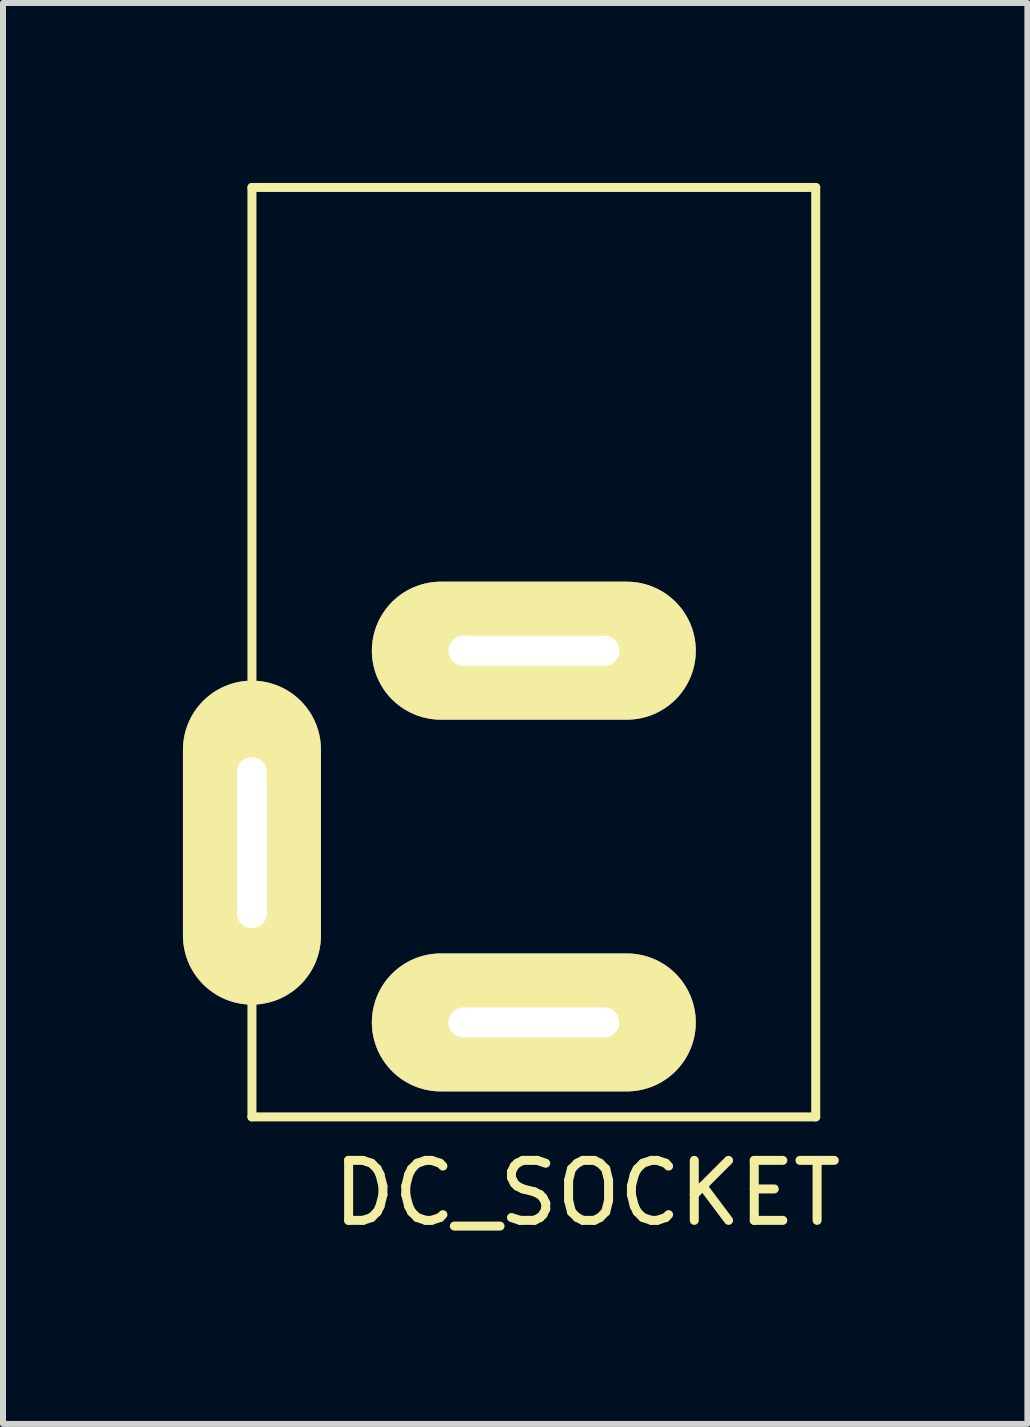
<source format=kicad_pcb>
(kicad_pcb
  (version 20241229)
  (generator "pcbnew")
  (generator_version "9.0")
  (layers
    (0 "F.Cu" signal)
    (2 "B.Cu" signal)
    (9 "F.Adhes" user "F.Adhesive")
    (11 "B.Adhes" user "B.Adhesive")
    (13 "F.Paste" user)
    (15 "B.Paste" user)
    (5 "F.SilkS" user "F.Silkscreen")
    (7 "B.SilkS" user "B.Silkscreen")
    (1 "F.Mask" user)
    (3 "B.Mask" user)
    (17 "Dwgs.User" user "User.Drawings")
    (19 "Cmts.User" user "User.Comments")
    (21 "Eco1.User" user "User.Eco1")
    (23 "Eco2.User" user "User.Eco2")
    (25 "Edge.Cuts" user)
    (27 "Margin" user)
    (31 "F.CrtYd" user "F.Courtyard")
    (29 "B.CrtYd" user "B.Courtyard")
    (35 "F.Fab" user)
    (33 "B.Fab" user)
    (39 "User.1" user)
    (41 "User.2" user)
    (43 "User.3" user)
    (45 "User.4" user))
  (footprint "DC_SOCKET"
    (layer "F.Cu")
    (at 1.15 15.569)
    (property "Reference" "DC_SOCKET" (at 5.588 1.27 0) (layer "F.SilkS") (effects (font (size 1 1) (thickness 0.15))))
    (attr through_hole)
    (fp_line (start 0 -15.494) (end 0 0) (stroke (width 0.15) (type solid)) (layer "F.SilkS"))
    (fp_line (start 0 0) (end 9.398 0) (stroke (width 0.15) (type solid)) (layer "F.SilkS"))
    (fp_line (start 9.398 -15.494) (end 0 -15.494) (stroke (width 0.15) (type solid)) (layer "F.SilkS"))
    (fp_line (start 9.398 0) (end 9.398 -15.494) (stroke (width 0.15) (type solid)) (layer "F.SilkS"))
    (pad "1" thru_hole oval (at 4.699 -1.575) (size 5.4 2.3) (drill oval 2.85 0.5) (layers "*.Cu" "*.Mask" "F.SilkS"))
    (pad "2" thru_hole oval (at 0 -4.572) (size 2.3 5.4) (drill oval 0.5 2.85) (layers "*.Cu" "*.Mask" "F.SilkS"))
    (pad "3" thru_hole oval (at 4.699 -7.772) (size 5.4 2.3) (drill oval 2.85 0.5) (layers "*.Cu" "*.Mask" "F.SilkS")))
  (gr_rect
    (start -3 -3)
    (end 14.077 20.687)
    (stroke (width 0.1) (type default))
    (fill no)
    (layer "Edge.Cuts")))
</source>
